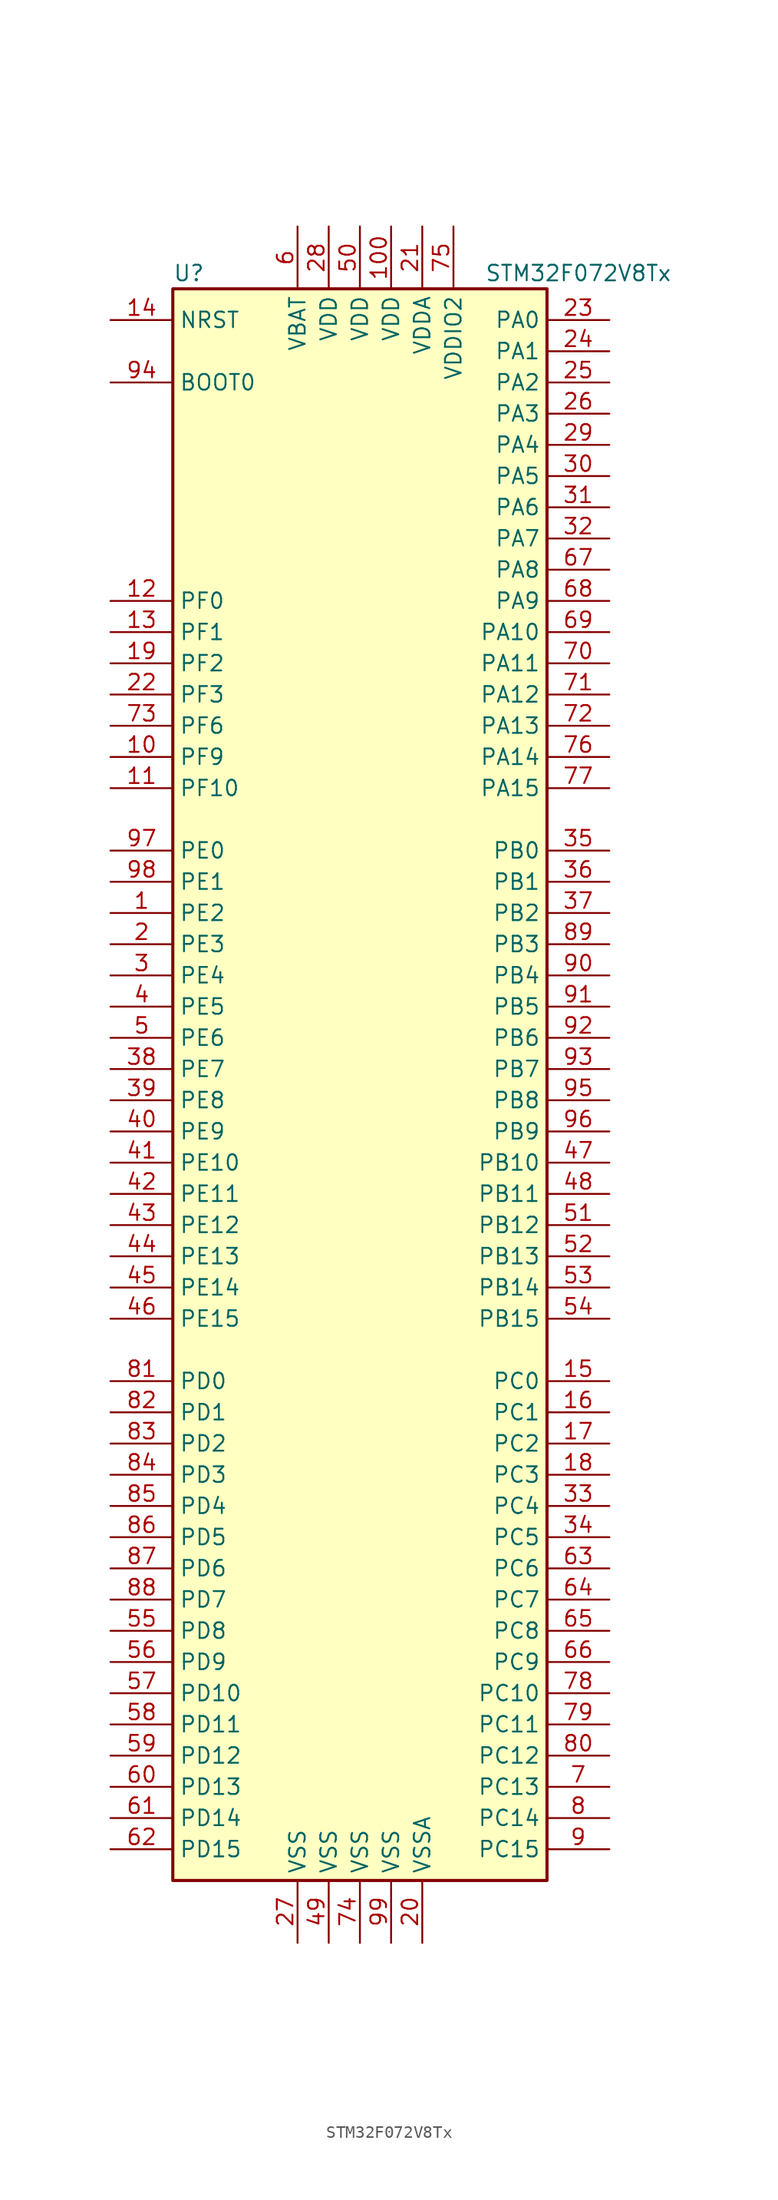
<source format=kicad_sym>
(kicad_symbol_lib
  (version 20201005)
  (generator kicad_symbol_editor)
  (symbol "MCU_ST_STM32F0:STM32F072V8Tx"
    (property "Reference" "U"
      (at -15.24 64.77 0)
      (effects (font (size 1.27 1.27)) (justify left)))
    (property "Value" "STM32F072V8Tx"
      (at 10.16 64.77 0)
      (effects (font (size 1.27 1.27)) (justify left)))
    (symbol "STM32F072V8Tx_0_1"
      (rectangle (start -15.24 -66.04) (end 15.24 63.5) (stroke (width 0.254)) (fill (type background))))
    (symbol "STM32F072V8Tx_1_1"
      (pin bidirectional line (at -20.32 12.7 0) (length 5.08) (name "PE2" (effects (font (size 1.27 1.27)))) (number "1" (effects (font (size 1.27 1.27)))))
      (pin bidirectional line (at -20.32 25.4 0) (length 5.08) (name "PF9" (effects (font (size 1.27 1.27)))) (number "10" (effects (font (size 1.27 1.27)))))
      (pin power_in line (at 2.54 68.58 270) (length 5.08) (name "VDD" (effects (font (size 1.27 1.27)))) (number "100" (effects (font (size 1.27 1.27)))))
      (pin bidirectional line (at -20.32 22.86 0) (length 5.08) (name "PF10" (effects (font (size 1.27 1.27)))) (number "11" (effects (font (size 1.27 1.27)))))
      (pin input line (at -20.32 38.1 0) (length 5.08) (name "PF0" (effects (font (size 1.27 1.27)))) (number "12" (effects (font (size 1.27 1.27)))))
      (pin input line (at -20.32 35.56 0) (length 5.08) (name "PF1" (effects (font (size 1.27 1.27)))) (number "13" (effects (font (size 1.27 1.27)))))
      (pin input line (at -20.32 60.96 0) (length 5.08) (name "NRST" (effects (font (size 1.27 1.27)))) (number "14" (effects (font (size 1.27 1.27)))))
      (pin bidirectional line (at 20.32 -25.4 180) (length 5.08) (name "PC0" (effects (font (size 1.27 1.27)))) (number "15" (effects (font (size 1.27 1.27)))))
      (pin bidirectional line (at 20.32 -27.94 180) (length 5.08) (name "PC1" (effects (font (size 1.27 1.27)))) (number "16" (effects (font (size 1.27 1.27)))))
      (pin bidirectional line (at 20.32 -30.48 180) (length 5.08) (name "PC2" (effects (font (size 1.27 1.27)))) (number "17" (effects (font (size 1.27 1.27)))))
      (pin bidirectional line (at 20.32 -33.02 180) (length 5.08) (name "PC3" (effects (font (size 1.27 1.27)))) (number "18" (effects (font (size 1.27 1.27)))))
      (pin bidirectional line (at -20.32 33.02 0) (length 5.08) (name "PF2" (effects (font (size 1.27 1.27)))) (number "19" (effects (font (size 1.27 1.27)))))
      (pin bidirectional line (at -20.32 10.16 0) (length 5.08) (name "PE3" (effects (font (size 1.27 1.27)))) (number "2" (effects (font (size 1.27 1.27)))))
      (pin power_in line (at 5.08 -71.12 90) (length 5.08) (name "VSSA" (effects (font (size 1.27 1.27)))) (number "20" (effects (font (size 1.27 1.27)))))
      (pin power_in line (at 5.08 68.58 270) (length 5.08) (name "VDDA" (effects (font (size 1.27 1.27)))) (number "21" (effects (font (size 1.27 1.27)))))
      (pin bidirectional line (at -20.32 30.48 0) (length 5.08) (name "PF3" (effects (font (size 1.27 1.27)))) (number "22" (effects (font (size 1.27 1.27)))))
      (pin bidirectional line (at 20.32 60.96 180) (length 5.08) (name "PA0" (effects (font (size 1.27 1.27)))) (number "23" (effects (font (size 1.27 1.27)))))
      (pin bidirectional line (at 20.32 58.42 180) (length 5.08) (name "PA1" (effects (font (size 1.27 1.27)))) (number "24" (effects (font (size 1.27 1.27)))))
      (pin bidirectional line (at 20.32 55.88 180) (length 5.08) (name "PA2" (effects (font (size 1.27 1.27)))) (number "25" (effects (font (size 1.27 1.27)))))
      (pin bidirectional line (at 20.32 53.34 180) (length 5.08) (name "PA3" (effects (font (size 1.27 1.27)))) (number "26" (effects (font (size 1.27 1.27)))))
      (pin power_in line (at -5.08 -71.12 90) (length 5.08) (name "VSS" (effects (font (size 1.27 1.27)))) (number "27" (effects (font (size 1.27 1.27)))))
      (pin power_in line (at -2.54 68.58 270) (length 5.08) (name "VDD" (effects (font (size 1.27 1.27)))) (number "28" (effects (font (size 1.27 1.27)))))
      (pin bidirectional line (at 20.32 50.8 180) (length 5.08) (name "PA4" (effects (font (size 1.27 1.27)))) (number "29" (effects (font (size 1.27 1.27)))))
      (pin bidirectional line (at -20.32 7.62 0) (length 5.08) (name "PE4" (effects (font (size 1.27 1.27)))) (number "3" (effects (font (size 1.27 1.27)))))
      (pin bidirectional line (at 20.32 48.26 180) (length 5.08) (name "PA5" (effects (font (size 1.27 1.27)))) (number "30" (effects (font (size 1.27 1.27)))))
      (pin bidirectional line (at 20.32 45.72 180) (length 5.08) (name "PA6" (effects (font (size 1.27 1.27)))) (number "31" (effects (font (size 1.27 1.27)))))
      (pin bidirectional line (at 20.32 43.18 180) (length 5.08) (name "PA7" (effects (font (size 1.27 1.27)))) (number "32" (effects (font (size 1.27 1.27)))))
      (pin bidirectional line (at 20.32 -35.56 180) (length 5.08) (name "PC4" (effects (font (size 1.27 1.27)))) (number "33" (effects (font (size 1.27 1.27)))))
      (pin bidirectional line (at 20.32 -38.1 180) (length 5.08) (name "PC5" (effects (font (size 1.27 1.27)))) (number "34" (effects (font (size 1.27 1.27)))))
      (pin bidirectional line (at 20.32 17.78 180) (length 5.08) (name "PB0" (effects (font (size 1.27 1.27)))) (number "35" (effects (font (size 1.27 1.27)))))
      (pin bidirectional line (at 20.32 15.24 180) (length 5.08) (name "PB1" (effects (font (size 1.27 1.27)))) (number "36" (effects (font (size 1.27 1.27)))))
      (pin bidirectional line (at 20.32 12.7 180) (length 5.08) (name "PB2" (effects (font (size 1.27 1.27)))) (number "37" (effects (font (size 1.27 1.27)))))
      (pin bidirectional line (at -20.32 0 0) (length 5.08) (name "PE7" (effects (font (size 1.27 1.27)))) (number "38" (effects (font (size 1.27 1.27)))))
      (pin bidirectional line (at -20.32 -2.54 0) (length 5.08) (name "PE8" (effects (font (size 1.27 1.27)))) (number "39" (effects (font (size 1.27 1.27)))))
      (pin bidirectional line (at -20.32 5.08 0) (length 5.08) (name "PE5" (effects (font (size 1.27 1.27)))) (number "4" (effects (font (size 1.27 1.27)))))
      (pin bidirectional line (at -20.32 -5.08 0) (length 5.08) (name "PE9" (effects (font (size 1.27 1.27)))) (number "40" (effects (font (size 1.27 1.27)))))
      (pin bidirectional line (at -20.32 -7.62 0) (length 5.08) (name "PE10" (effects (font (size 1.27 1.27)))) (number "41" (effects (font (size 1.27 1.27)))))
      (pin bidirectional line (at -20.32 -10.16 0) (length 5.08) (name "PE11" (effects (font (size 1.27 1.27)))) (number "42" (effects (font (size 1.27 1.27)))))
      (pin bidirectional line (at -20.32 -12.7 0) (length 5.08) (name "PE12" (effects (font (size 1.27 1.27)))) (number "43" (effects (font (size 1.27 1.27)))))
      (pin bidirectional line (at -20.32 -15.24 0) (length 5.08) (name "PE13" (effects (font (size 1.27 1.27)))) (number "44" (effects (font (size 1.27 1.27)))))
      (pin bidirectional line (at -20.32 -17.78 0) (length 5.08) (name "PE14" (effects (font (size 1.27 1.27)))) (number "45" (effects (font (size 1.27 1.27)))))
      (pin bidirectional line (at -20.32 -20.32 0) (length 5.08) (name "PE15" (effects (font (size 1.27 1.27)))) (number "46" (effects (font (size 1.27 1.27)))))
      (pin bidirectional line (at 20.32 -7.62 180) (length 5.08) (name "PB10" (effects (font (size 1.27 1.27)))) (number "47" (effects (font (size 1.27 1.27)))))
      (pin bidirectional line (at 20.32 -10.16 180) (length 5.08) (name "PB11" (effects (font (size 1.27 1.27)))) (number "48" (effects (font (size 1.27 1.27)))))
      (pin power_in line (at -2.54 -71.12 90) (length 5.08) (name "VSS" (effects (font (size 1.27 1.27)))) (number "49" (effects (font (size 1.27 1.27)))))
      (pin bidirectional line (at -20.32 2.54 0) (length 5.08) (name "PE6" (effects (font (size 1.27 1.27)))) (number "5" (effects (font (size 1.27 1.27)))))
      (pin power_in line (at 0 68.58 270) (length 5.08) (name "VDD" (effects (font (size 1.27 1.27)))) (number "50" (effects (font (size 1.27 1.27)))))
      (pin bidirectional line (at 20.32 -12.7 180) (length 5.08) (name "PB12" (effects (font (size 1.27 1.27)))) (number "51" (effects (font (size 1.27 1.27)))))
      (pin bidirectional line (at 20.32 -15.24 180) (length 5.08) (name "PB13" (effects (font (size 1.27 1.27)))) (number "52" (effects (font (size 1.27 1.27)))))
      (pin bidirectional line (at 20.32 -17.78 180) (length 5.08) (name "PB14" (effects (font (size 1.27 1.27)))) (number "53" (effects (font (size 1.27 1.27)))))
      (pin bidirectional line (at 20.32 -20.32 180) (length 5.08) (name "PB15" (effects (font (size 1.27 1.27)))) (number "54" (effects (font (size 1.27 1.27)))))
      (pin bidirectional line (at -20.32 -45.72 0) (length 5.08) (name "PD8" (effects (font (size 1.27 1.27)))) (number "55" (effects (font (size 1.27 1.27)))))
      (pin bidirectional line (at -20.32 -48.26 0) (length 5.08) (name "PD9" (effects (font (size 1.27 1.27)))) (number "56" (effects (font (size 1.27 1.27)))))
      (pin bidirectional line (at -20.32 -50.8 0) (length 5.08) (name "PD10" (effects (font (size 1.27 1.27)))) (number "57" (effects (font (size 1.27 1.27)))))
      (pin bidirectional line (at -20.32 -53.34 0) (length 5.08) (name "PD11" (effects (font (size 1.27 1.27)))) (number "58" (effects (font (size 1.27 1.27)))))
      (pin bidirectional line (at -20.32 -55.88 0) (length 5.08) (name "PD12" (effects (font (size 1.27 1.27)))) (number "59" (effects (font (size 1.27 1.27)))))
      (pin power_in line (at -5.08 68.58 270) (length 5.08) (name "VBAT" (effects (font (size 1.27 1.27)))) (number "6" (effects (font (size 1.27 1.27)))))
      (pin bidirectional line (at -20.32 -58.42 0) (length 5.08) (name "PD13" (effects (font (size 1.27 1.27)))) (number "60" (effects (font (size 1.27 1.27)))))
      (pin bidirectional line (at -20.32 -60.96 0) (length 5.08) (name "PD14" (effects (font (size 1.27 1.27)))) (number "61" (effects (font (size 1.27 1.27)))))
      (pin bidirectional line (at -20.32 -63.5 0) (length 5.08) (name "PD15" (effects (font (size 1.27 1.27)))) (number "62" (effects (font (size 1.27 1.27)))))
      (pin bidirectional line (at 20.32 -40.64 180) (length 5.08) (name "PC6" (effects (font (size 1.27 1.27)))) (number "63" (effects (font (size 1.27 1.27)))))
      (pin bidirectional line (at 20.32 -43.18 180) (length 5.08) (name "PC7" (effects (font (size 1.27 1.27)))) (number "64" (effects (font (size 1.27 1.27)))))
      (pin bidirectional line (at 20.32 -45.72 180) (length 5.08) (name "PC8" (effects (font (size 1.27 1.27)))) (number "65" (effects (font (size 1.27 1.27)))))
      (pin bidirectional line (at 20.32 -48.26 180) (length 5.08) (name "PC9" (effects (font (size 1.27 1.27)))) (number "66" (effects (font (size 1.27 1.27)))))
      (pin bidirectional line (at 20.32 40.64 180) (length 5.08) (name "PA8" (effects (font (size 1.27 1.27)))) (number "67" (effects (font (size 1.27 1.27)))))
      (pin bidirectional line (at 20.32 38.1 180) (length 5.08) (name "PA9" (effects (font (size 1.27 1.27)))) (number "68" (effects (font (size 1.27 1.27)))))
      (pin bidirectional line (at 20.32 35.56 180) (length 5.08) (name "PA10" (effects (font (size 1.27 1.27)))) (number "69" (effects (font (size 1.27 1.27)))))
      (pin bidirectional line (at 20.32 -58.42 180) (length 5.08) (name "PC13" (effects (font (size 1.27 1.27)))) (number "7" (effects (font (size 1.27 1.27)))))
      (pin bidirectional line (at 20.32 33.02 180) (length 5.08) (name "PA11" (effects (font (size 1.27 1.27)))) (number "70" (effects (font (size 1.27 1.27)))))
      (pin bidirectional line (at 20.32 30.48 180) (length 5.08) (name "PA12" (effects (font (size 1.27 1.27)))) (number "71" (effects (font (size 1.27 1.27)))))
      (pin bidirectional line (at 20.32 27.94 180) (length 5.08) (name "PA13" (effects (font (size 1.27 1.27)))) (number "72" (effects (font (size 1.27 1.27)))))
      (pin bidirectional line (at -20.32 27.94 0) (length 5.08) (name "PF6" (effects (font (size 1.27 1.27)))) (number "73" (effects (font (size 1.27 1.27)))))
      (pin power_in line (at 0 -71.12 90) (length 5.08) (name "VSS" (effects (font (size 1.27 1.27)))) (number "74" (effects (font (size 1.27 1.27)))))
      (pin power_in line (at 7.62 68.58 270) (length 5.08) (name "VDDIO2" (effects (font (size 1.27 1.27)))) (number "75" (effects (font (size 1.27 1.27)))))
      (pin bidirectional line (at 20.32 25.4 180) (length 5.08) (name "PA14" (effects (font (size 1.27 1.27)))) (number "76" (effects (font (size 1.27 1.27)))))
      (pin bidirectional line (at 20.32 22.86 180) (length 5.08) (name "PA15" (effects (font (size 1.27 1.27)))) (number "77" (effects (font (size 1.27 1.27)))))
      (pin bidirectional line (at 20.32 -50.8 180) (length 5.08) (name "PC10" (effects (font (size 1.27 1.27)))) (number "78" (effects (font (size 1.27 1.27)))))
      (pin bidirectional line (at 20.32 -53.34 180) (length 5.08) (name "PC11" (effects (font (size 1.27 1.27)))) (number "79" (effects (font (size 1.27 1.27)))))
      (pin bidirectional line (at 20.32 -60.96 180) (length 5.08) (name "PC14" (effects (font (size 1.27 1.27)))) (number "8" (effects (font (size 1.27 1.27)))))
      (pin bidirectional line (at 20.32 -55.88 180) (length 5.08) (name "PC12" (effects (font (size 1.27 1.27)))) (number "80" (effects (font (size 1.27 1.27)))))
      (pin bidirectional line (at -20.32 -25.4 0) (length 5.08) (name "PD0" (effects (font (size 1.27 1.27)))) (number "81" (effects (font (size 1.27 1.27)))))
      (pin bidirectional line (at -20.32 -27.94 0) (length 5.08) (name "PD1" (effects (font (size 1.27 1.27)))) (number "82" (effects (font (size 1.27 1.27)))))
      (pin bidirectional line (at -20.32 -30.48 0) (length 5.08) (name "PD2" (effects (font (size 1.27 1.27)))) (number "83" (effects (font (size 1.27 1.27)))))
      (pin bidirectional line (at -20.32 -33.02 0) (length 5.08) (name "PD3" (effects (font (size 1.27 1.27)))) (number "84" (effects (font (size 1.27 1.27)))))
      (pin bidirectional line (at -20.32 -35.56 0) (length 5.08) (name "PD4" (effects (font (size 1.27 1.27)))) (number "85" (effects (font (size 1.27 1.27)))))
      (pin bidirectional line (at -20.32 -38.1 0) (length 5.08) (name "PD5" (effects (font (size 1.27 1.27)))) (number "86" (effects (font (size 1.27 1.27)))))
      (pin bidirectional line (at -20.32 -40.64 0) (length 5.08) (name "PD6" (effects (font (size 1.27 1.27)))) (number "87" (effects (font (size 1.27 1.27)))))
      (pin bidirectional line (at -20.32 -43.18 0) (length 5.08) (name "PD7" (effects (font (size 1.27 1.27)))) (number "88" (effects (font (size 1.27 1.27)))))
      (pin bidirectional line (at 20.32 10.16 180) (length 5.08) (name "PB3" (effects (font (size 1.27 1.27)))) (number "89" (effects (font (size 1.27 1.27)))))
      (pin bidirectional line (at 20.32 -63.5 180) (length 5.08) (name "PC15" (effects (font (size 1.27 1.27)))) (number "9" (effects (font (size 1.27 1.27)))))
      (pin bidirectional line (at 20.32 7.62 180) (length 5.08) (name "PB4" (effects (font (size 1.27 1.27)))) (number "90" (effects (font (size 1.27 1.27)))))
      (pin bidirectional line (at 20.32 5.08 180) (length 5.08) (name "PB5" (effects (font (size 1.27 1.27)))) (number "91" (effects (font (size 1.27 1.27)))))
      (pin bidirectional line (at 20.32 2.54 180) (length 5.08) (name "PB6" (effects (font (size 1.27 1.27)))) (number "92" (effects (font (size 1.27 1.27)))))
      (pin bidirectional line (at 20.32 0 180) (length 5.08) (name "PB7" (effects (font (size 1.27 1.27)))) (number "93" (effects (font (size 1.27 1.27)))))
      (pin input line (at -20.32 55.88 0) (length 5.08) (name "BOOT0" (effects (font (size 1.27 1.27)))) (number "94" (effects (font (size 1.27 1.27)))))
      (pin bidirectional line (at 20.32 -2.54 180) (length 5.08) (name "PB8" (effects (font (size 1.27 1.27)))) (number "95" (effects (font (size 1.27 1.27)))))
      (pin bidirectional line (at 20.32 -5.08 180) (length 5.08) (name "PB9" (effects (font (size 1.27 1.27)))) (number "96" (effects (font (size 1.27 1.27)))))
      (pin bidirectional line (at -20.32 17.78 0) (length 5.08) (name "PE0" (effects (font (size 1.27 1.27)))) (number "97" (effects (font (size 1.27 1.27)))))
      (pin bidirectional line (at -20.32 15.24 0) (length 5.08) (name "PE1" (effects (font (size 1.27 1.27)))) (number "98" (effects (font (size 1.27 1.27)))))
      (pin power_in line (at 2.54 -71.12 90) (length 5.08) (name "VSS" (effects (font (size 1.27 1.27)))) (number "99" (effects (font (size 1.27 1.27))))))))
</source>
